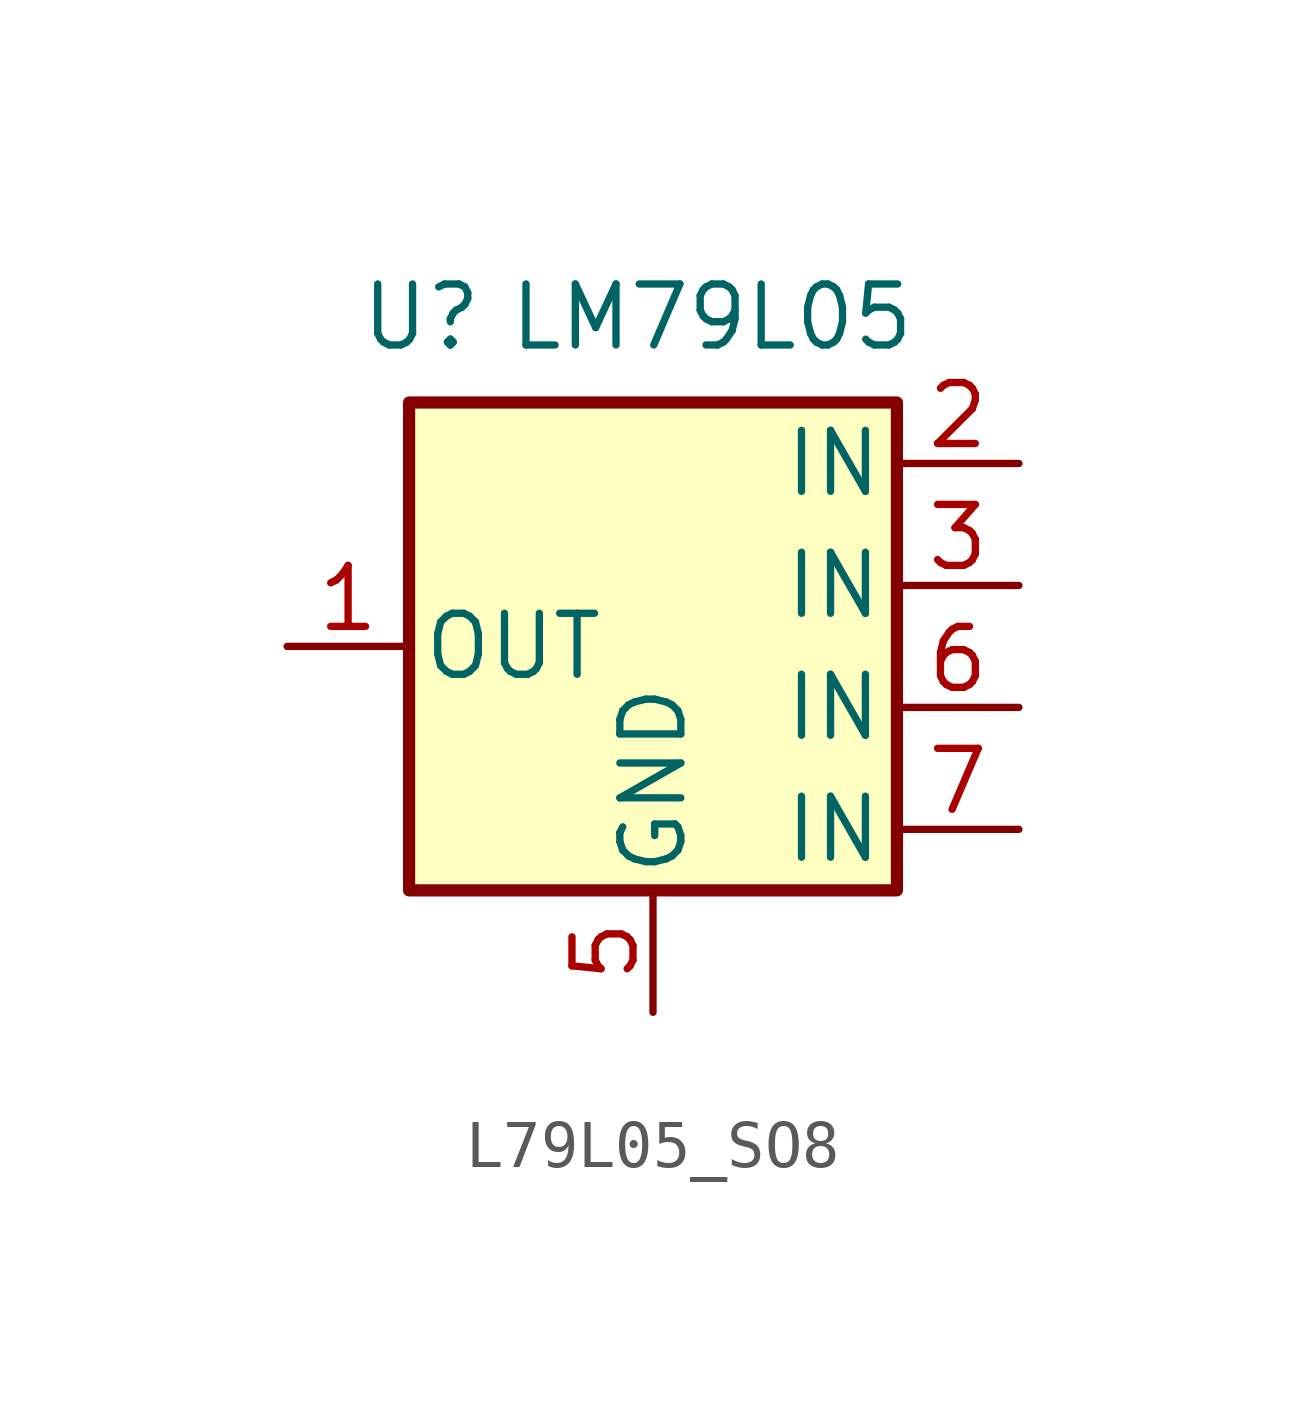
<source format=kicad_sym>
(kicad_symbol_lib
  (version 20231120)
  (generator "kicad_symbol_editor")
  (generator_version "8.0")
  (symbol "L79L05_SO8"
    (pin_names
      (offset 0.254))
    (property "Reference" "U"
      (at -4.826 6.858 0)
      (effects (font (size 1.27 1.27))))
    (property "Value" "LM79L05"
      (at -3.048 6.858 0)
      (effects (font (size 1.27 1.27)) (justify left)))
    (symbol "L79L05_SO8_0_1"
      (rectangle (start -5.08 5.08) (end 5.08 -5.08) (stroke (width 0.254) (type default)) (fill (type background))))
    (symbol "L79L05_SO8_1_1"
      (pin power_out line (at -7.62 0 0) (length 2.54) (name "OUT" (effects (font (size 1.27 1.27)))) (number "1" (effects (font (size 1.27 1.27)))))
      (pin power_in line (at 7.62 3.81 180) (length 2.54) (name "IN" (effects (font (size 1.27 1.27)))) (number "2" (effects (font (size 1.27 1.27)))))
      (pin power_in line (at 7.62 1.27 180) (length 2.54) (name "IN" (effects (font (size 1.27 1.27)))) (number "3" (effects (font (size 1.27 1.27)))))
      (pin no_connect line (at -5.08 -2.54 0) (length 2.54) hide (name "NC" (effects (font (size 1.27 1.27)))) (number "4" (effects (font (size 1.27 1.27)))))
      (pin power_in line (at 0 -7.62 90) (length 2.54) (name "GND" (effects (font (size 1.27 1.27)))) (number "5" (effects (font (size 1.27 1.27)))))
      (pin power_in line (at 7.62 -1.27 180) (length 2.54) (name "IN" (effects (font (size 1.27 1.27)))) (number "6" (effects (font (size 1.27 1.27)))))
      (pin power_in line (at 7.62 -3.81 180) (length 2.54) (name "IN" (effects (font (size 1.27 1.27)))) (number "7" (effects (font (size 1.27 1.27)))))
      (pin no_connect line (at 5.08 -2.54 180) (length 2.54) hide (name "NC" (effects (font (size 1.27 1.27)))) (number "8" (effects (font (size 1.27 1.27))))))))
</source>
